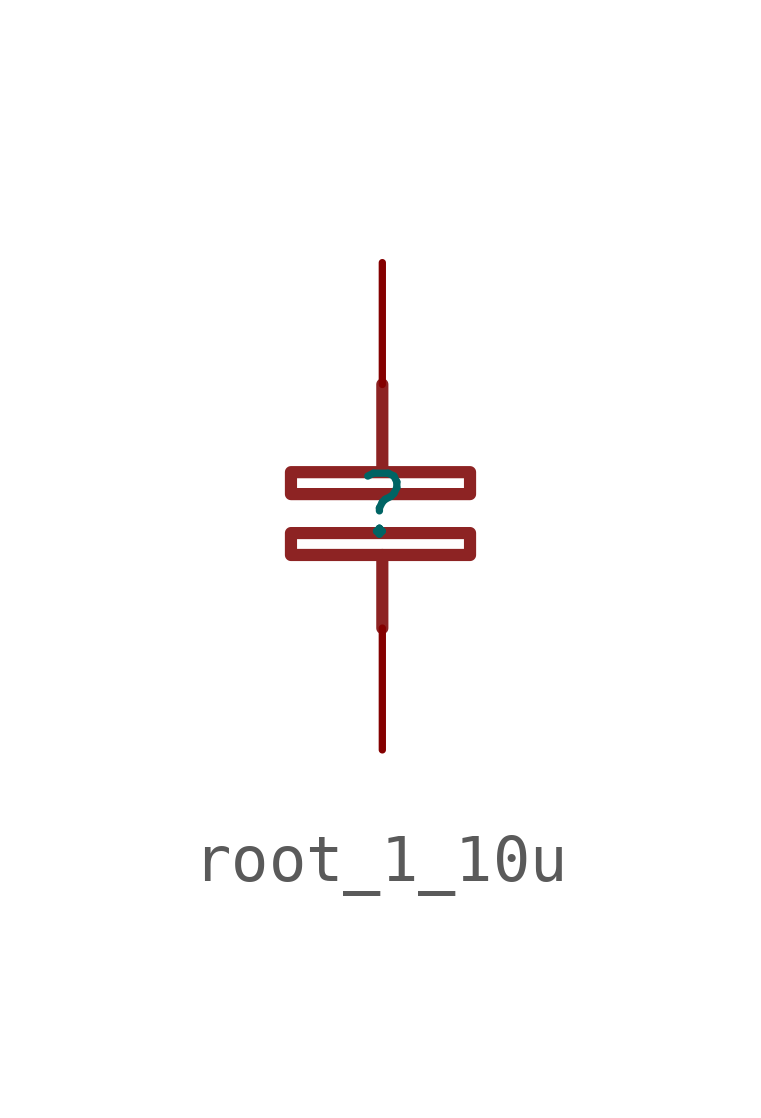
<source format=kicad_sym>
(kicad_symbol_lib
  (version 20231120)
  (generator "kicad_symbol_editor")
  (generator_version "8.0")
  (symbol "root_1_10u"
    (property "Reference" ""
      (at 0 0 0)
      (effects (font (size 1.27 1.27))))
    (property "Value" ""
      (at 0 0 0)
      (effects (font (size 1.27 1.27))))
    (symbol "root_1_10u_1_0"
      (rectangle (start -1.905 -0.559) (end 1.829 -1.016) (stroke (width 0.254) (type solid) (color 141 35 35 1)) (fill (type none)))
      (rectangle (start -1.905 0.711) (end 1.829 0.254) (stroke (width 0.254) (type solid) (color 141 35 35 1)) (fill (type none)))
      (polyline (pts (xy 0 -2.54) (xy 0 -1.016)) (stroke (width 0.254) (type solid) (color 141 35 35 1)) (fill (type none)))
      (polyline (pts (xy 0 2.54) (xy 0 0.762)) (stroke (width 0.254) (type solid) (color 141 35 35 1)) (fill (type none)))
      (pin passive line (at 0 -5.08 90) (length 2.54) (name "1" (effects (font (size 0 0)))) (number "1" (effects (font (size 0 0)))))
      (pin passive line (at 0 5.08 270) (length 2.54) (name "2" (effects (font (size 0 0)))) (number "2" (effects (font (size 0 0))))))))
</source>
